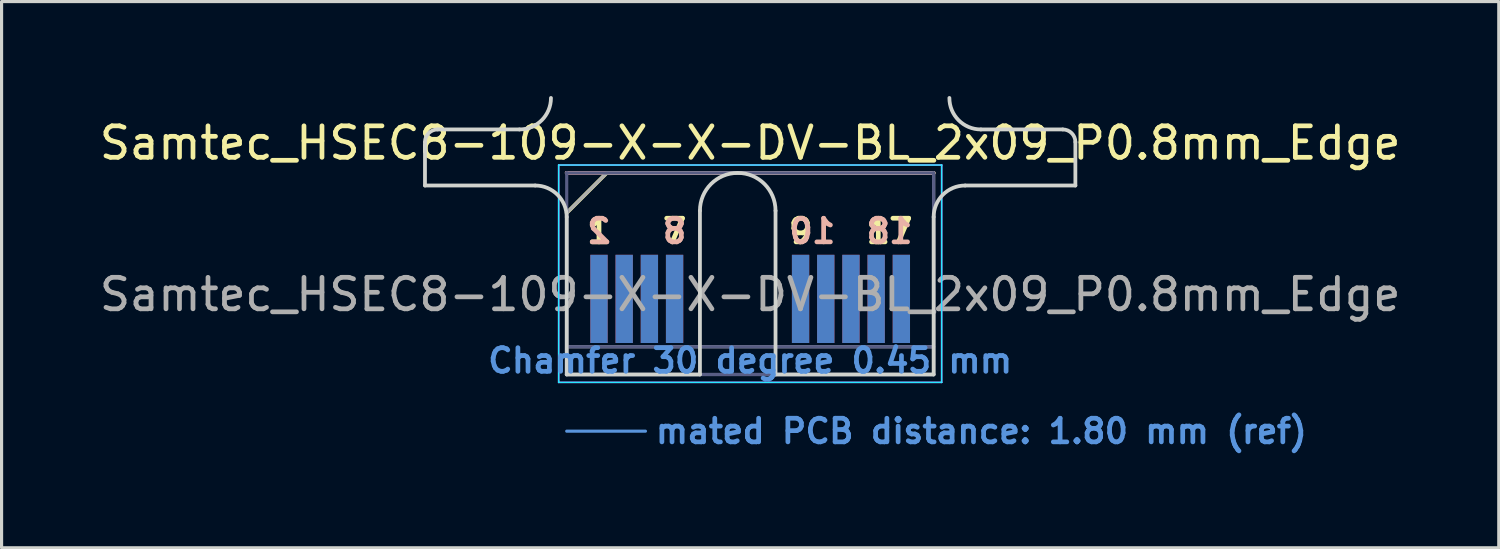
<source format=kicad_pcb>
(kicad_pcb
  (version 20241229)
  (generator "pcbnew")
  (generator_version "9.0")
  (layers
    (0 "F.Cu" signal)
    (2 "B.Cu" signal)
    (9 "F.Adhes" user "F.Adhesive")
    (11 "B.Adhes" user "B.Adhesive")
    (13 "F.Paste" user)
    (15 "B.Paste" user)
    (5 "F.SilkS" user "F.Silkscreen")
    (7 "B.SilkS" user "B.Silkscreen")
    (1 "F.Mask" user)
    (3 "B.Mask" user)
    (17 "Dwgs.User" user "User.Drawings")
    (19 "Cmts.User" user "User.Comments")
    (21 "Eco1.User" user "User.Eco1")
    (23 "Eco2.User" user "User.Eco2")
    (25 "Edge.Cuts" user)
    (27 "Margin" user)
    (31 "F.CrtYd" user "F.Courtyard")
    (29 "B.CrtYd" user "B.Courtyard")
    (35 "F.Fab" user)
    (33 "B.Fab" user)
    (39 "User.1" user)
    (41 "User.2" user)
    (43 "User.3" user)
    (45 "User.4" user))
  (footprint "Samtec_HSEC8-109-X-X-DV-BL_2x09_P0.8mm_Edge"
    (layer "F.Cu")
    (at 20.768 8.84)
    (property "Reference" "Samtec_HSEC8-109-X-X-DV-BL_2x09_P0.8mm_Edge" (at 0 -7.35 0) (layer "F.SilkS") (effects (font (size 1 1) (thickness 0.15))))
    (attr exclude_from_pos_files exclude_from_bom)
    (fp_line (start -5.825 -5.13) (end -4.555 -6.4) (stroke (width 0.12) (type solid)) (layer "F.SilkS"))
    (fp_line (start -4.555 -6.4) (end 5.825 -6.4) (stroke (width 0.12) (type solid)) (layer "F.SilkS"))
    (fp_line (start -5.825 -6.4) (end -5.825 -6.4) (stroke (width 0.12) (type solid)) (layer "B.SilkS"))
    (fp_line (start -5.825 -6.4) (end 5.825 -6.4) (stroke (width 0.12) (type solid)) (layer "B.SilkS"))
    (fp_line (start -5.825 1.8) (end -3.325 1.8) (stroke (width 0.1) (type solid)) (layer "Cmts.User"))
    (fp_line (start -10.325 -6) (end -10.325 -7.38) (stroke (width 0.12) (type solid)) (layer "Edge.Cuts"))
    (fp_line (start -9.925 -7.78) (end -7.325 -7.78) (stroke (width 0.12) (type solid)) (layer "Edge.Cuts"))
    (fp_line (start -6.825 -6) (end -10.325 -6) (stroke (width 0.12) (type solid)) (layer "Edge.Cuts"))
    (fp_line (start -5.825 -5) (end -5.825 0) (stroke (width 0.12) (type solid)) (layer "Edge.Cuts"))
    (fp_line (start -5.825 0) (end -1.595 0) (stroke (width 0.12) (type solid)) (layer "Edge.Cuts"))
    (fp_line (start -1.595 0) (end -1.595 -5.2) (stroke (width 0.12) (type solid)) (layer "Edge.Cuts"))
    (fp_line (start 0.805 -5.2) (end 0.805 0) (stroke (width 0.12) (type solid)) (layer "Edge.Cuts"))
    (fp_line (start 0.805 0) (end 5.825 0) (stroke (width 0.12) (type solid)) (layer "Edge.Cuts"))
    (fp_line (start 5.825 0) (end 5.825 -5) (stroke (width 0.12) (type solid)) (layer "Edge.Cuts"))
    (fp_line (start 6.825 -6) (end 10.325 -6) (stroke (width 0.12) (type solid)) (layer "Edge.Cuts"))
    (fp_line (start 9.925 -7.78) (end 7.325 -7.78) (stroke (width 0.12) (type solid)) (layer "Edge.Cuts"))
    (fp_line (start 10.325 -6) (end 10.325 -7.38) (stroke (width 0.12) (type solid)) (layer "Edge.Cuts"))
    (fp_arc (start -10.325 -7.38) (mid -10.207843 -7.662843) (end -9.925 -7.78) (stroke (width 0.12) (type solid)) (layer "Edge.Cuts"))
    (fp_arc (start -6.825 -6) (mid -6.117893 -5.707107) (end -5.825 -5) (stroke (width 0.12) (type solid)) (layer "Edge.Cuts"))
    (fp_arc (start -6.325 -8.78) (mid -6.617893 -8.072893) (end -7.325 -7.78) (stroke (width 0.12) (type solid)) (layer "Edge.Cuts"))
    (fp_arc (start -1.595 -5.2) (mid -0.395 -6.4) (end 0.805 -5.2) (stroke (width 0.12) (type solid)) (layer "Edge.Cuts"))
    (fp_arc (start 5.825 -5) (mid 6.117893 -5.707107) (end 6.825 -6) (stroke (width 0.12) (type solid)) (layer "Edge.Cuts"))
    (fp_arc (start 7.325 -7.78) (mid 6.617893 -8.072893) (end 6.325 -8.78) (stroke (width 0.12) (type solid)) (layer "Edge.Cuts"))
    (fp_arc (start 9.925 -7.78) (mid 10.207843 -7.662843) (end 10.325 -7.38) (stroke (width 0.12) (type solid)) (layer "Edge.Cuts"))
    (fp_line (start -6.08 -6.65) (end -6.08 0.25) (stroke (width 0.05) (type solid)) (layer "B.CrtYd"))
    (fp_line (start -6.08 0.25) (end 6.08 0.25) (stroke (width 0.05) (type solid)) (layer "B.CrtYd"))
    (fp_line (start 6.08 -6.65) (end -6.08 -6.65) (stroke (width 0.05) (type solid)) (layer "B.CrtYd"))
    (fp_line (start 6.08 0.25) (end 6.08 -6.65) (stroke (width 0.05) (type solid)) (layer "B.CrtYd"))
    (fp_line (start -6.08 -6.65) (end -6.08 0.25) (stroke (width 0.05) (type solid)) (layer "F.CrtYd"))
    (fp_line (start -6.08 0.25) (end 6.08 0.25) (stroke (width 0.05) (type solid)) (layer "F.CrtYd"))
    (fp_line (start 6.08 -6.65) (end -6.08 -6.65) (stroke (width 0.05) (type solid)) (layer "F.CrtYd"))
    (fp_line (start 6.08 0.25) (end 6.08 -6.65) (stroke (width 0.05) (type solid)) (layer "F.CrtYd"))
    (fp_line (start -5.825 -6.4) (end -5.825 -6.4) (stroke (width 0.1) (type solid)) (layer "B.Fab"))
    (fp_line (start -5.825 -6.4) (end -5.825 0) (stroke (width 0.1) (type solid)) (layer "B.Fab"))
    (fp_line (start -5.825 -6.4) (end 5.825 -6.4) (stroke (width 0.1) (type solid)) (layer "B.Fab"))
    (fp_line (start -5.825 -0.88) (end 5.825 -0.88) (stroke (width 0.1) (type solid)) (layer "B.Fab"))
    (fp_line (start -5.825 0) (end 5.825 0) (stroke (width 0.1) (type solid)) (layer "B.Fab"))
    (fp_line (start 5.825 -6.4) (end 5.825 0) (stroke (width 0.1) (type solid)) (layer "B.Fab"))
    (fp_line (start -5.825 -5.13) (end -5.825 0) (stroke (width 0.1) (type solid)) (layer "F.Fab"))
    (fp_line (start -5.825 -5.13) (end -4.555 -6.4) (stroke (width 0.1) (type solid)) (layer "F.Fab"))
    (fp_line (start -5.825 -0.88) (end 5.825 -0.88) (stroke (width 0.1) (type solid)) (layer "F.Fab"))
    (fp_line (start -5.825 0) (end 5.825 0) (stroke (width 0.1) (type solid)) (layer "F.Fab"))
    (fp_line (start -4.555 -6.4) (end 5.825 -6.4) (stroke (width 0.1) (type solid)) (layer "F.Fab"))
    (fp_line (start 5.825 -6.4) (end 5.825 0) (stroke (width 0.1) (type solid)) (layer "F.Fab"))
    (fp_text user "7" (at -2.4 -4.55 0) (layer "F.SilkS") (effects (font (size 0.75 0.75) (thickness 0.15))))
    (fp_text user "1" (at -4.8 -4.55 0) (layer "F.SilkS") (effects (font (size 0.75 0.75) (thickness 0.15))))
    (fp_text user "17" (at 4.425 -4.55 0) (layer "F.SilkS") (effects (font (size 0.75 0.75) (thickness 0.15))))
    (fp_text user "9" (at 1.6 -4.55 0) (layer "F.SilkS") (effects (font (size 0.75 0.75) (thickness 0.15))))
    (fp_text user "18" (at 4.425 -4.55 0) (layer "B.SilkS") (effects (font (size 0.75 0.75) (thickness 0.15)) (justify mirror)))
    (fp_text user "8" (at -2.4 -4.55 0) (layer "B.SilkS") (effects (font (size 0.75 0.75) (thickness 0.15)) (justify mirror)))
    (fp_text user "2" (at -4.8 -4.55 0) (layer "B.SilkS") (effects (font (size 0.75 0.75) (thickness 0.15)) (justify mirror)))
    (fp_text user "10" (at 1.975 -4.55 0) (layer "B.SilkS") (effects (font (size 0.75 0.75) (thickness 0.15)) (justify mirror)))
    (fp_text user "Chamfer 30 degree 0.45 mm" (at 0 -0.44 0) (layer "Cmts.User") (effects (font (size 0.75 0.75) (thickness 0.15))))
    (fp_text user "mated PCB distance: 1.80 mm (ref)" (at -3.08 1.8 0) (layer "Cmts.User") (effects (font (size 0.75 0.75) (thickness 0.15)) (justify left)))
    (fp_text user "${REFERENCE}" (at 0 -2.54 0) (layer "F.Fab") (effects (font (size 1 1) (thickness 0.15))))
    (pad "1" connect rect (at -4.8 -2.4) (size 0.55 2.8) (layers "F.Cu" "F.Mask"))
    (pad "2" connect rect (at -4.8 -2.4) (size 0.55 2.8) (layers "B.Cu" "B.Mask"))
    (pad "3" connect rect (at -4 -2.4) (size 0.55 2.8) (layers "F.Cu" "F.Mask"))
    (pad "4" connect rect (at -4 -2.4) (size 0.55 2.8) (layers "B.Cu" "B.Mask"))
    (pad "5" connect rect (at -3.2 -2.4) (size 0.55 2.8) (layers "F.Cu" "F.Mask"))
    (pad "6" connect rect (at -3.2 -2.4) (size 0.55 2.8) (layers "B.Cu" "B.Mask"))
    (pad "7" connect rect (at -2.4 -2.4) (size 0.55 2.8) (layers "F.Cu" "F.Mask"))
    (pad "8" connect rect (at -2.4 -2.4) (size 0.55 2.8) (layers "B.Cu" "B.Mask"))
    (pad "9" connect rect (at 1.6 -2.4) (size 0.55 2.8) (layers "F.Cu" "F.Mask"))
    (pad "10" connect rect (at 1.6 -2.4) (size 0.55 2.8) (layers "B.Cu" "B.Mask"))
    (pad "11" connect rect (at 2.4 -2.4) (size 0.55 2.8) (layers "F.Cu" "F.Mask"))
    (pad "12" connect rect (at 2.4 -2.4) (size 0.55 2.8) (layers "B.Cu" "B.Mask"))
    (pad "13" connect rect (at 3.2 -2.4) (size 0.55 2.8) (layers "F.Cu" "F.Mask"))
    (pad "14" connect rect (at 3.2 -2.4) (size 0.55 2.8) (layers "B.Cu" "B.Mask"))
    (pad "15" connect rect (at 4 -2.4) (size 0.55 2.8) (layers "F.Cu" "F.Mask"))
    (pad "16" connect rect (at 4 -2.4) (size 0.55 2.8) (layers "B.Cu" "B.Mask"))
    (pad "17" connect rect (at 4.8 -2.4) (size 0.55 2.8) (layers "F.Cu" "F.Mask"))
    (pad "18" connect rect (at 4.8 -2.4) (size 0.55 2.8) (layers "B.Cu" "B.Mask")))
  (gr_rect
    (start -3 -3)
    (end 44.536 14.342)
    (stroke (width 0.1) (type default))
    (fill no)
    (layer "Edge.Cuts")))
</source>
